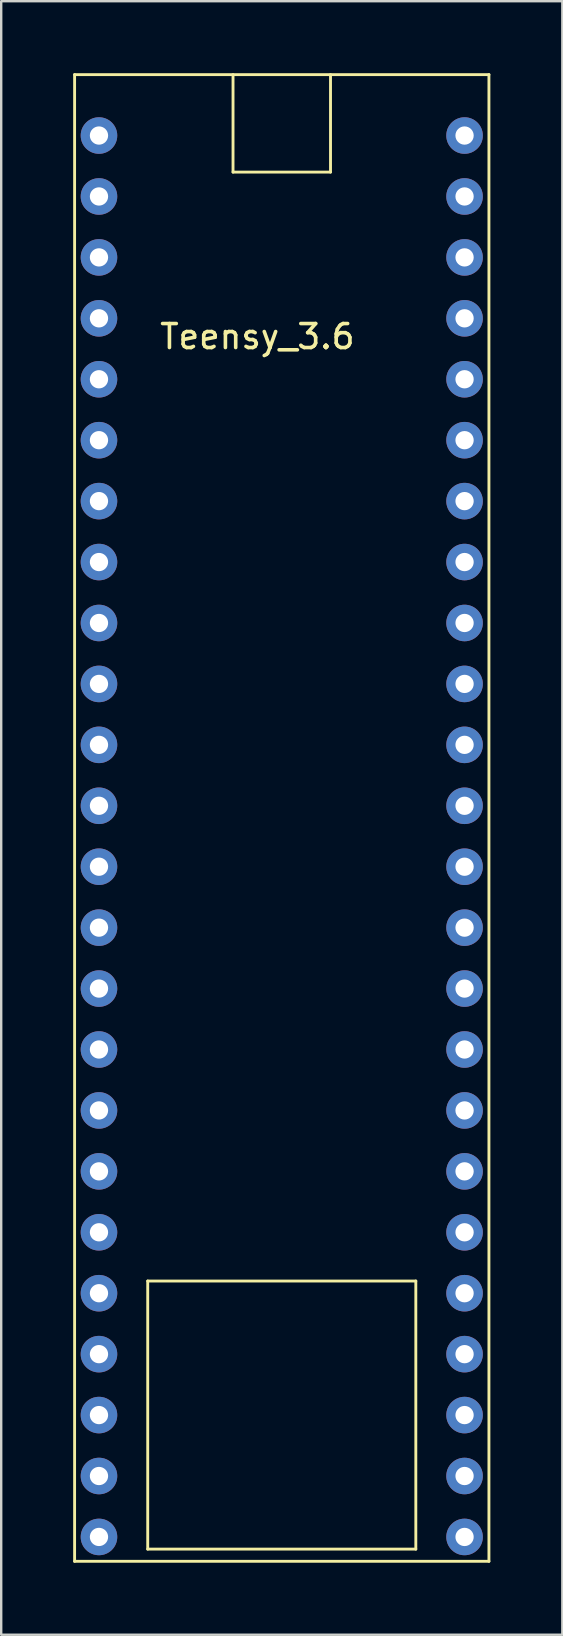
<source format=kicad_pcb>
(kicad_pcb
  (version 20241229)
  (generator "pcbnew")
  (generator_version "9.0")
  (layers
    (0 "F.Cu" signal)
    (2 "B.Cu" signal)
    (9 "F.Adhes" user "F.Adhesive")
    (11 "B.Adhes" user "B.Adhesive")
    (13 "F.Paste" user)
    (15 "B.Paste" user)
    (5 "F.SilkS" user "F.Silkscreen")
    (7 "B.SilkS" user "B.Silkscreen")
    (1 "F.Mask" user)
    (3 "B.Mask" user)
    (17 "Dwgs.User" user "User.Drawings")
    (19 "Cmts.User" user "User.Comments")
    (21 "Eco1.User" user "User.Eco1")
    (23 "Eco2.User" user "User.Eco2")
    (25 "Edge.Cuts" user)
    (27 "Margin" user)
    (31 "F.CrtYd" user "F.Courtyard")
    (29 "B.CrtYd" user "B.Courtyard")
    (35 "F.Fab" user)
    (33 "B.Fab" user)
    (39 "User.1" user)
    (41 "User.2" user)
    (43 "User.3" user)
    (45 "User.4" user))
  (footprint "Teensy_3.6"
    (layer "F.Cu")
    (at 8.696 33.08)
    (property "Reference" "Teensy_3.6" (at -1.016 -22.098 0) (layer "F.SilkS") (effects (font (size 1 1) (thickness 0.15))))
    (attr through_hole)
    (fp_line (start -8.636 -33.02) (end -8.636 28.956) (stroke (width 0.12) (type solid)) (layer "F.SilkS"))
    (fp_line (start -8.636 28.956) (end 8.636 28.956) (stroke (width 0.12) (type solid)) (layer "F.SilkS"))
    (fp_line (start -5.588 17.272) (end 5.588 17.272) (stroke (width 0.12) (type solid)) (layer "F.SilkS"))
    (fp_line (start -5.588 28.448) (end -5.588 17.272) (stroke (width 0.12) (type solid)) (layer "F.SilkS"))
    (fp_line (start -2.032 -33.02) (end -2.032 -28.956) (stroke (width 0.12) (type solid)) (layer "F.SilkS"))
    (fp_line (start -2.032 -28.956) (end 2.032 -28.956) (stroke (width 0.12) (type solid)) (layer "F.SilkS"))
    (fp_line (start 2.032 -28.956) (end 2.032 -33.02) (stroke (width 0.12) (type solid)) (layer "F.SilkS"))
    (fp_line (start 5.588 17.272) (end 5.588 28.448) (stroke (width 0.12) (type solid)) (layer "F.SilkS"))
    (fp_line (start 5.588 28.448) (end -5.588 28.448) (stroke (width 0.12) (type solid)) (layer "F.SilkS"))
    (fp_line (start 8.636 -33.02) (end -8.636 -33.02) (stroke (width 0.12) (type solid)) (layer "F.SilkS"))
    (fp_line (start 8.636 28.956) (end 8.636 -33.02) (stroke (width 0.12) (type solid)) (layer "F.SilkS"))
    (pad "0" thru_hole circle (at -7.62 -30.48) (size 1.524 1.524) (drill 0.762) (layers "*.Cu" "*.Mask"))
    (pad "1" thru_hole circle (at -7.62 -27.94) (size 1.524 1.524) (drill 0.762) (layers "*.Cu" "*.Mask"))
    (pad "2" thru_hole circle (at -7.62 -25.4) (size 1.524 1.524) (drill 0.762) (layers "*.Cu" "*.Mask"))
    (pad "3" thru_hole circle (at -7.62 -22.86) (size 1.524 1.524) (drill 0.762) (layers "*.Cu" "*.Mask"))
    (pad "4" thru_hole circle (at -7.62 -20.32) (size 1.524 1.524) (drill 0.762) (layers "*.Cu" "*.Mask"))
    (pad "5" thru_hole circle (at -7.62 -17.78) (size 1.524 1.524) (drill 0.762) (layers "*.Cu" "*.Mask"))
    (pad "6" thru_hole circle (at -7.62 -15.24) (size 1.524 1.524) (drill 0.762) (layers "*.Cu" "*.Mask"))
    (pad "7" thru_hole circle (at -7.62 -12.7) (size 1.524 1.524) (drill 0.762) (layers "*.Cu" "*.Mask"))
    (pad "8" thru_hole circle (at -7.62 -10.16) (size 1.524 1.524) (drill 0.762) (layers "*.Cu" "*.Mask"))
    (pad "9" thru_hole circle (at -7.62 -7.62) (size 1.524 1.524) (drill 0.762) (layers "*.Cu" "*.Mask"))
    (pad "10" thru_hole circle (at -7.62 -5.08) (size 1.524 1.524) (drill 0.762) (layers "*.Cu" "*.Mask"))
    (pad "11" thru_hole circle (at -7.62 -2.54) (size 1.524 1.524) (drill 0.762) (layers "*.Cu" "*.Mask"))
    (pad "12" thru_hole circle (at -7.62 0) (size 1.524 1.524) (drill 0.762) (layers "*.Cu" "*.Mask"))
    (pad "13" thru_hole circle (at -7.62 2.54) (size 1.524 1.524) (drill 0.762) (layers "*.Cu" "*.Mask"))
    (pad "14" thru_hole circle (at -7.62 5.08) (size 1.524 1.524) (drill 0.762) (layers "*.Cu" "*.Mask"))
    (pad "15" thru_hole circle (at -7.62 7.62) (size 1.524 1.524) (drill 0.762) (layers "*.Cu" "*.Mask"))
    (pad "16" thru_hole circle (at -7.62 10.16) (size 1.524 1.524) (drill 0.762) (layers "*.Cu" "*.Mask"))
    (pad "17" thru_hole circle (at -7.62 12.7) (size 1.524 1.524) (drill 0.762) (layers "*.Cu" "*.Mask"))
    (pad "18" thru_hole circle (at -7.62 15.24) (size 1.524 1.524) (drill 0.762) (layers "*.Cu" "*.Mask"))
    (pad "19" thru_hole circle (at -7.62 17.78) (size 1.524 1.524) (drill 0.762) (layers "*.Cu" "*.Mask"))
    (pad "20" thru_hole circle (at -7.62 20.32) (size 1.524 1.524) (drill 0.762) (layers "*.Cu" "*.Mask"))
    (pad "21" thru_hole circle (at -7.62 22.86) (size 1.524 1.524) (drill 0.762) (layers "*.Cu" "*.Mask"))
    (pad "22" thru_hole circle (at -7.62 25.4) (size 1.524 1.524) (drill 0.762) (layers "*.Cu" "*.Mask"))
    (pad "23" thru_hole circle (at -7.62 27.94) (size 1.524 1.524) (drill 0.762) (layers "*.Cu" "*.Mask"))
    (pad "24" thru_hole circle (at 7.62 27.94) (size 1.524 1.524) (drill 0.762) (layers "*.Cu" "*.Mask"))
    (pad "25" thru_hole circle (at 7.62 25.4) (size 1.524 1.524) (drill 0.762) (layers "*.Cu" "*.Mask"))
    (pad "26" thru_hole circle (at 7.62 22.86) (size 1.524 1.524) (drill 0.762) (layers "*.Cu" "*.Mask"))
    (pad "27" thru_hole circle (at 7.62 20.32) (size 1.524 1.524) (drill 0.762) (layers "*.Cu" "*.Mask"))
    (pad "28" thru_hole circle (at 7.62 17.78) (size 1.524 1.524) (drill 0.762) (layers "*.Cu" "*.Mask"))
    (pad "29" thru_hole circle (at 7.62 15.24) (size 1.524 1.524) (drill 0.762) (layers "*.Cu" "*.Mask"))
    (pad "30" thru_hole circle (at 7.62 12.7) (size 1.524 1.524) (drill 0.762) (layers "*.Cu" "*.Mask"))
    (pad "31" thru_hole circle (at 7.62 10.16) (size 1.524 1.524) (drill 0.762) (layers "*.Cu" "*.Mask"))
    (pad "32" thru_hole circle (at 7.62 7.62) (size 1.524 1.524) (drill 0.762) (layers "*.Cu" "*.Mask"))
    (pad "33" thru_hole circle (at 7.62 5.08) (size 1.524 1.524) (drill 0.762) (layers "*.Cu" "*.Mask"))
    (pad "34" thru_hole circle (at 7.62 2.54) (size 1.524 1.524) (drill 0.762) (layers "*.Cu" "*.Mask"))
    (pad "35" thru_hole circle (at 7.62 0) (size 1.524 1.524) (drill 0.762) (layers "*.Cu" "*.Mask"))
    (pad "36" thru_hole circle (at 7.62 -2.54) (size 1.524 1.524) (drill 0.762) (layers "*.Cu" "*.Mask"))
    (pad "37" thru_hole circle (at 7.62 -5.08) (size 1.524 1.524) (drill 0.762) (layers "*.Cu" "*.Mask"))
    (pad "38" thru_hole circle (at 7.62 -7.62) (size 1.524 1.524) (drill 0.762) (layers "*.Cu" "*.Mask"))
    (pad "39" thru_hole circle (at 7.62 -10.16) (size 1.524 1.524) (drill 0.762) (layers "*.Cu" "*.Mask"))
    (pad "40" thru_hole circle (at 7.62 -12.7) (size 1.524 1.524) (drill 0.762) (layers "*.Cu" "*.Mask"))
    (pad "41" thru_hole circle (at 7.62 -15.24) (size 1.524 1.524) (drill 0.762) (layers "*.Cu" "*.Mask"))
    (pad "42" thru_hole circle (at 7.62 -17.78) (size 1.524 1.524) (drill 0.762) (layers "*.Cu" "*.Mask"))
    (pad "43" thru_hole circle (at 7.62 -20.32) (size 1.524 1.524) (drill 0.762) (layers "*.Cu" "*.Mask"))
    (pad "44" thru_hole circle (at 7.62 -22.86) (size 1.524 1.524) (drill 0.762) (layers "*.Cu" "*.Mask"))
    (pad "45" thru_hole circle (at 7.62 -25.4) (size 1.524 1.524) (drill 0.762) (layers "*.Cu" "*.Mask"))
    (pad "46" thru_hole circle (at 7.62 -27.94) (size 1.524 1.524) (drill 0.762) (layers "*.Cu" "*.Mask"))
    (pad "47" thru_hole circle (at 7.62 -30.48) (size 1.524 1.524) (drill 0.762) (layers "*.Cu" "*.Mask")))
  (gr_rect
    (start -3 -3)
    (end 20.392 65.096)
    (stroke (width 0.1) (type default))
    (fill no)
    (layer "Edge.Cuts")))
</source>
